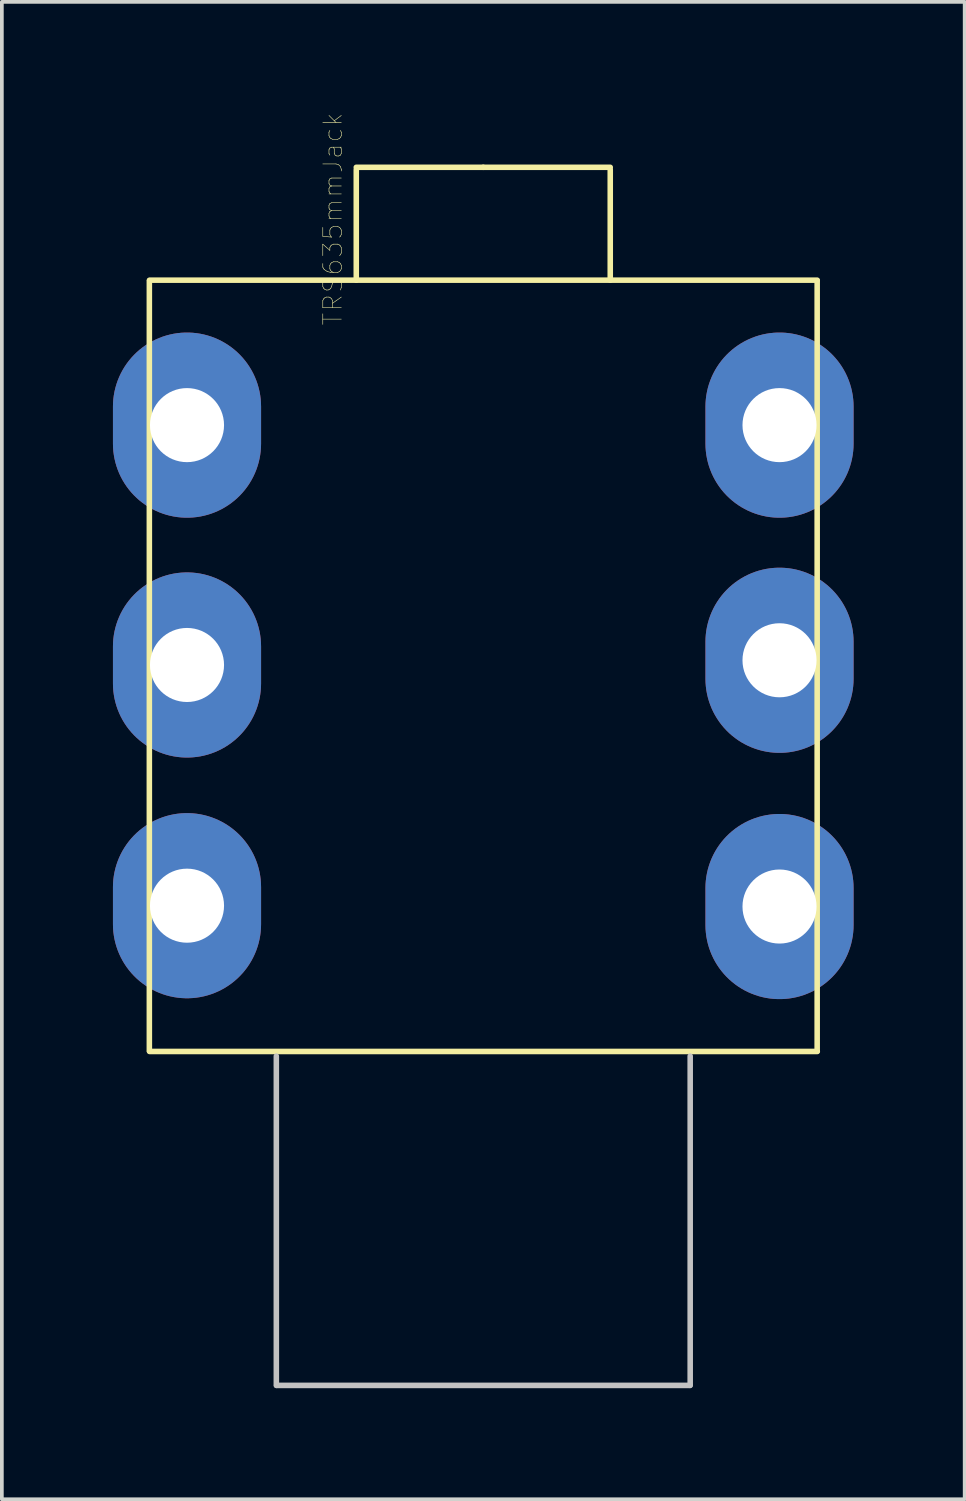
<source format=kicad_pcb>
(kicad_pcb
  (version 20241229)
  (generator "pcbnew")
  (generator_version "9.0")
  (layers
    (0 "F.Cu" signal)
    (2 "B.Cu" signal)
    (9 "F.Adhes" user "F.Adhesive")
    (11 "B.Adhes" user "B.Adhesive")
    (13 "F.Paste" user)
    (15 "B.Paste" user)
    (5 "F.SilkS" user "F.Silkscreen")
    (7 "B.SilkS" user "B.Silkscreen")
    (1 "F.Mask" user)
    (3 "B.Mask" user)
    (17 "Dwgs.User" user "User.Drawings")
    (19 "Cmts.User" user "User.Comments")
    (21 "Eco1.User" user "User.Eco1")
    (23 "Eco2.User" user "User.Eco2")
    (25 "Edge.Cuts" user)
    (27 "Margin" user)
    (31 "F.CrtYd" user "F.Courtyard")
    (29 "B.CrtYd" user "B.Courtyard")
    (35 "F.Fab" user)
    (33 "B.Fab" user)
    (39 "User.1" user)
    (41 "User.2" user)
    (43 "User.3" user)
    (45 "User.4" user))
  (footprint "TRS635mmJack"
    (layer "F.Cu")
    (at 10 14.93)
    (property "Reference" "TRS635mmJack" (at -4.064 -12.065 90) (layer "F.SilkS") (effects (font (size 0.5 0.5) (thickness 0.015))))
    (attr through_hole)
    (fp_line (start -9.017 -10.4) (end -9.017 10.4) (stroke (width 0.15) (type solid)) (layer "F.SilkS"))
    (fp_line (start -9.01 -10.414) (end 9.017 -10.414) (stroke (width 0.15) (type solid)) (layer "F.SilkS"))
    (fp_line (start -9.01 10.414) (end 9.02 10.414) (stroke (width 0.15) (type solid)) (layer "F.SilkS"))
    (fp_line (start -3.429 -13.4) (end -3.429 -10.414) (stroke (width 0.15) (type solid)) (layer "F.SilkS"))
    (fp_line (start 0 -13.462) (end -3.429 -13.462) (stroke (width 0.15) (type solid)) (layer "F.SilkS"))
    (fp_line (start 0 -13.462) (end 3.429 -13.462) (stroke (width 0.15) (type solid)) (layer "F.SilkS"))
    (fp_line (start 3.429 -13.4) (end 3.429 -10.414) (stroke (width 0.15) (type solid)) (layer "F.SilkS"))
    (fp_line (start 9.017 -10.4) (end 9.017 10.4) (stroke (width 0.15) (type solid)) (layer "F.SilkS"))
    (fp_line (start -5.588 10.541) (end -5.588 19.431) (stroke (width 0.15) (type solid)) (layer "Dwgs.User"))
    (fp_line (start -5.58 19.431) (end 5.58 19.431) (stroke (width 0.15) (type solid)) (layer "Dwgs.User"))
    (fp_line (start 5.588 19.431) (end 5.588 10.541) (stroke (width 0.15) (type solid)) (layer "Dwgs.User"))
    (pad "1" thru_hole oval (at 8 -6.5) (size 4 5) (drill 2) (layers "*.Cu" "*.Mask"))
    (pad "2" thru_hole oval (at 8 -0.15) (size 4 5) (drill 2) (layers "*.Cu" "*.Mask"))
    (pad "3" thru_hole oval (at 8 6.5) (size 4 5) (drill 2) (layers "*.Cu" "*.Mask"))
    (pad "4" thru_hole oval (at -8 -6.5) (size 4 5) (drill 2) (layers "*.Cu" "*.Mask"))
    (pad "5" thru_hole oval (at -8 -0.023) (size 4 5) (drill 2) (layers "*.Cu" "*.Mask"))
    (pad "6" thru_hole oval (at -8 6.477) (size 4 5) (drill 2) (layers "*.Cu" "*.Mask")))
  (gr_rect
    (start -3 -3)
    (end 23 37.436)
    (stroke (width 0.1) (type default))
    (fill no)
    (layer "Edge.Cuts")))
</source>
